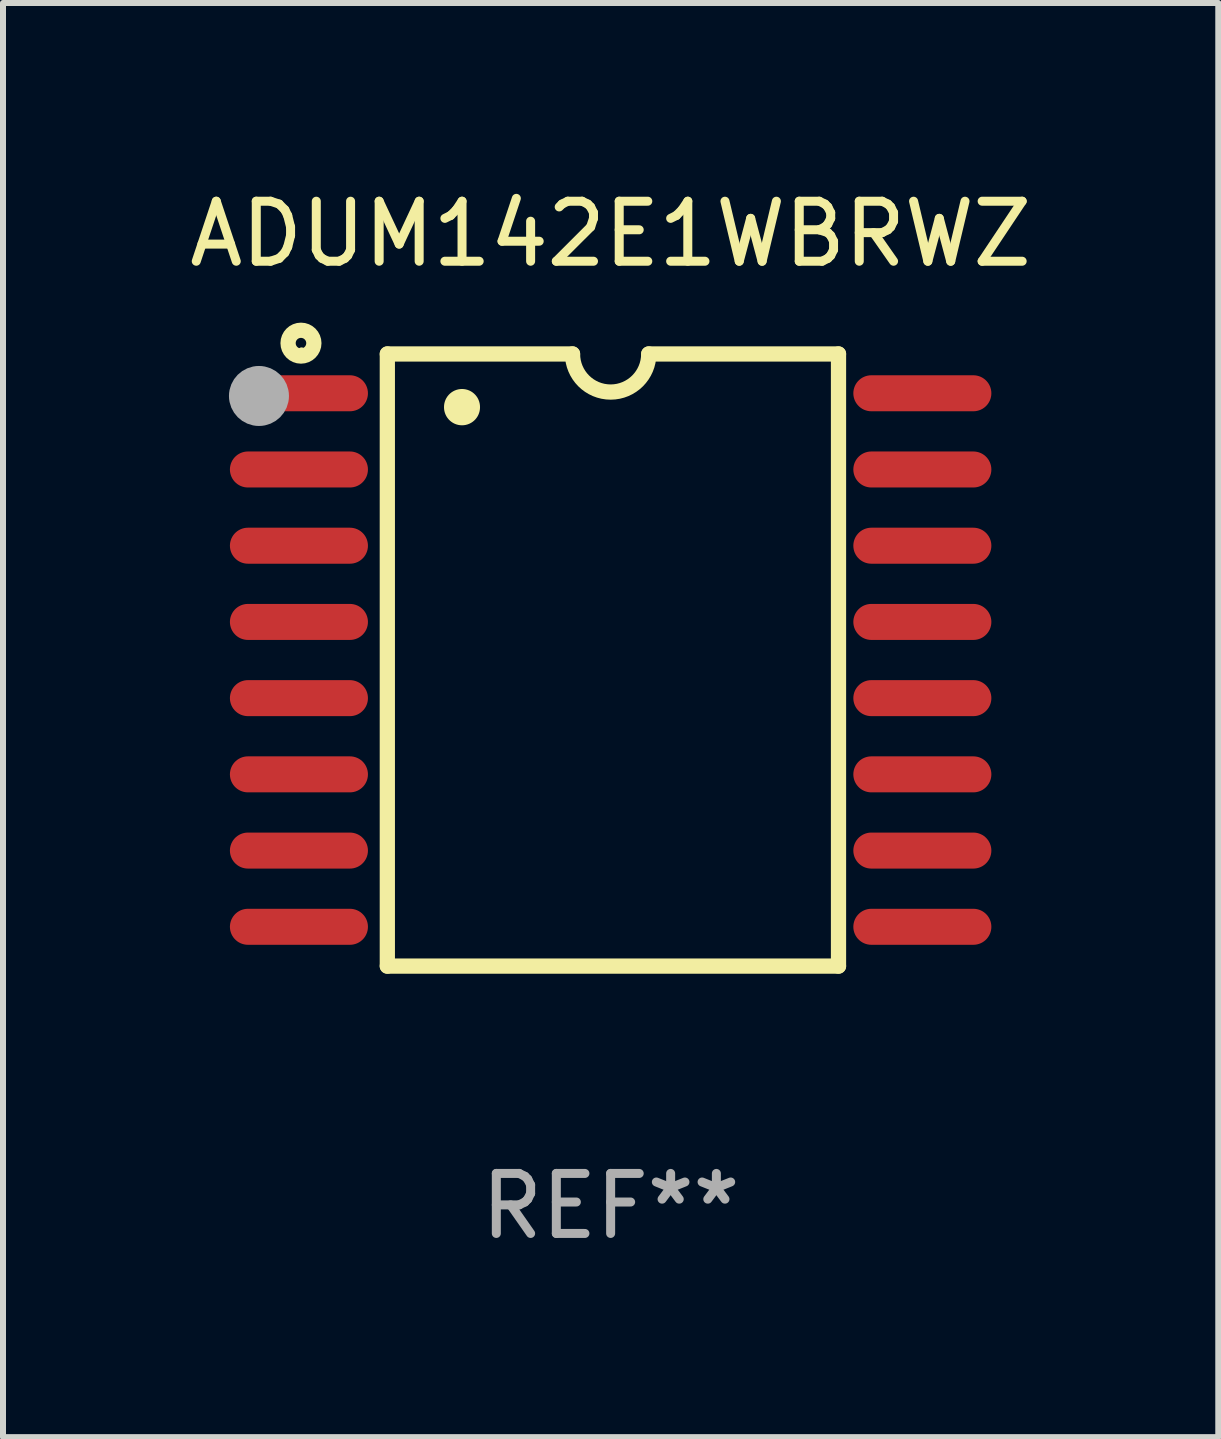
<source format=kicad_pcb>
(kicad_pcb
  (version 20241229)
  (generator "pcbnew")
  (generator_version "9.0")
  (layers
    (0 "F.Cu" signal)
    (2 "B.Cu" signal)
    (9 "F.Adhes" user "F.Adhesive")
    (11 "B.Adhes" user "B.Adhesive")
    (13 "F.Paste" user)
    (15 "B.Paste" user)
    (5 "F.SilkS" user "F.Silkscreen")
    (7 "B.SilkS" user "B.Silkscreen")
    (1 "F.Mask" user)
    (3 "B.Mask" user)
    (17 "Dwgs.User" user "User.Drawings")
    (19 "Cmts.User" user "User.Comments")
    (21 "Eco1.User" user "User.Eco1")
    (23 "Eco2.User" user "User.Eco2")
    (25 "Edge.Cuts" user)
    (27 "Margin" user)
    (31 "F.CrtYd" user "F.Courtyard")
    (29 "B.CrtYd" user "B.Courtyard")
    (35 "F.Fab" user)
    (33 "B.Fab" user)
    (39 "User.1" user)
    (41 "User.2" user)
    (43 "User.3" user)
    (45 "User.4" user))
  (footprint "ADUM142E1WBRWZ"
    (layer "F.Cu")
    (at 7.125 7.948)
    (property "Reference" "ADUM142E1WBRWZ" (at 0 -7.1 0) (layer "F.SilkS") (effects (font (size 1 1) (thickness 0.15))))
    (attr through_hole)
    (fp_line (start -3.721 -5.1) (end -3.721 5.1) (stroke (width 0.254) (type solid)) (layer "F.SilkS"))
    (fp_line (start -3.721 -5.1) (end -0.635 -5.1) (stroke (width 0.254) (type solid)) (layer "F.SilkS"))
    (fp_line (start -3.721 5.1) (end 3.797 5.1) (stroke (width 0.254) (type solid)) (layer "F.SilkS"))
    (fp_line (start 3.797 -5.1) (end 0.635 -5.1) (stroke (width 0.254) (type solid)) (layer "F.SilkS"))
    (fp_line (start 3.797 5.1) (end 3.797 -5.1) (stroke (width 0.254) (type solid)) (layer "F.SilkS"))
    (fp_arc (start -2.476556 -4.211328) (mid -2.476567 -4.213868) (end -2.476556 -4.216408) (stroke (width 0.6) (type solid)) (layer "F.SilkS"))
    (fp_arc (start 0.63495 -5.100076) (mid -0.000178 -4.465329) (end -0.635052 -5.10033) (stroke (width 0.254001) (type solid)) (layer "F.SilkS"))
    (fp_circle (center -5.16 -5.28) (end -4.945 -5.28) (stroke (width 0.254) (type solid)) (fill no) (layer "F.SilkS"))
    (fp_circle (center -5.15 -5.15) (end -5.12 -5.15) (stroke (width 0.06) (type solid)) (fill no) (layer "F.SilkS"))
    (fp_circle (center -5.86 -4.4) (end -5.61 -4.4) (stroke (width 0.5) (type solid)) (fill no) (layer "F.Fab"))
    (fp_text user "REF**" (at 0 9.1 0) (layer "F.Fab") (effects (font (size 1 1) (thickness 0.15))))
    (pad "1" smd oval (at -5.194 -4.445) (size 2.3 0.6) (layers "F.Cu" "F.Mask" "F.Paste"))
    (pad "2" smd oval (at -5.194 -3.175) (size 2.3 0.6) (layers "F.Cu" "F.Mask" "F.Paste"))
    (pad "3" smd oval (at -5.194 -1.905) (size 2.3 0.6) (layers "F.Cu" "F.Mask" "F.Paste"))
    (pad "4" smd oval (at -5.194 -0.635) (size 2.3 0.6) (layers "F.Cu" "F.Mask" "F.Paste"))
    (pad "5" smd oval (at -5.194 0.635) (size 2.3 0.6) (layers "F.Cu" "F.Mask" "F.Paste"))
    (pad "6" smd oval (at -5.194 1.905) (size 2.3 0.6) (layers "F.Cu" "F.Mask" "F.Paste"))
    (pad "7" smd oval (at -5.194 3.175) (size 2.3 0.6) (layers "F.Cu" "F.Mask" "F.Paste"))
    (pad "8" smd oval (at -5.194 4.445) (size 2.3 0.6) (layers "F.Cu" "F.Mask" "F.Paste"))
    (pad "9" smd oval (at 5.194 4.445) (size 2.3 0.6) (layers "F.Cu" "F.Mask" "F.Paste"))
    (pad "10" smd oval (at 5.194 3.175) (size 2.3 0.6) (layers "F.Cu" "F.Mask" "F.Paste"))
    (pad "11" smd oval (at 5.194 1.905) (size 2.3 0.6) (layers "F.Cu" "F.Mask" "F.Paste"))
    (pad "12" smd oval (at 5.194 0.635) (size 2.3 0.6) (layers "F.Cu" "F.Mask" "F.Paste"))
    (pad "13" smd oval (at 5.194 -0.635) (size 2.3 0.6) (layers "F.Cu" "F.Mask" "F.Paste"))
    (pad "14" smd oval (at 5.194 -1.905) (size 2.3 0.6) (layers "F.Cu" "F.Mask" "F.Paste"))
    (pad "15" smd oval (at 5.194 -3.175) (size 2.3 0.6) (layers "F.Cu" "F.Mask" "F.Paste"))
    (pad "16" smd oval (at 5.194 -4.445) (size 2.3 0.6) (layers "F.Cu" "F.Mask" "F.Paste")))
  (gr_rect
    (start -3 -3)
    (end 17.25 20.897)
    (stroke (width 0.1) (type default))
    (fill no)
    (layer "Edge.Cuts")))
</source>
